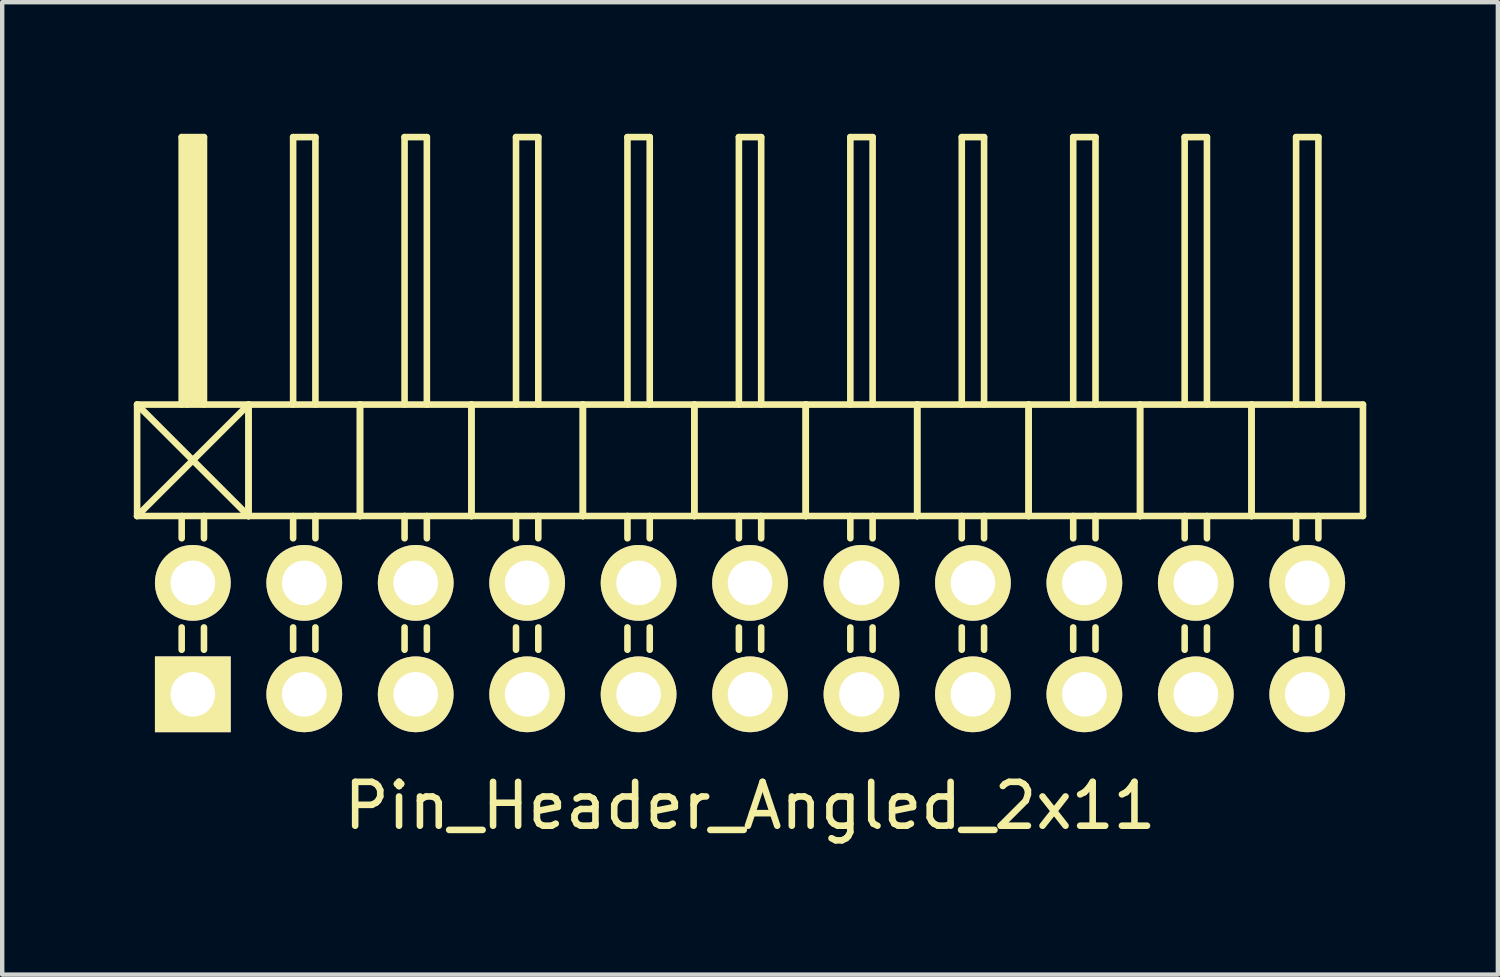
<source format=kicad_pcb>
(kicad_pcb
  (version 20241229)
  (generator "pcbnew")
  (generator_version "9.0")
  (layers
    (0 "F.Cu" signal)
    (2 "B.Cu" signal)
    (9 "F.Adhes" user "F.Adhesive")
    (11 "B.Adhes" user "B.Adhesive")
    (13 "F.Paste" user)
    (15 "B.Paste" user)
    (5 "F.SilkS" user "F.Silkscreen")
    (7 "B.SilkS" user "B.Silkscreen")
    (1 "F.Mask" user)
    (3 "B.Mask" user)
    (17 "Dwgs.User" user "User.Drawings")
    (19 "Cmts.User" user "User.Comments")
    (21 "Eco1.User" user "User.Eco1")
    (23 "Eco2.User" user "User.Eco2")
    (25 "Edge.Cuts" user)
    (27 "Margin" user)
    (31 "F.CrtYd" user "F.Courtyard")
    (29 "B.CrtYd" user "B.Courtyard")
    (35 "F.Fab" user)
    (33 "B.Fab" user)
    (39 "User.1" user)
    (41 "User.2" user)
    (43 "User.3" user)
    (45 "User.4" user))
  (footprint "Pin_Header_Angled_2x11"
    (layer "F.Cu")
    (at 14.045 11.505)
    (property "Reference" "Pin_Header_Angled_2x11" (at 0 3.81 0) (layer "F.SilkS") (effects (font (size 1 1) (thickness 0.15))))
    (attr through_hole)
    (fp_line (start -13.97 -5.334) (end -11.43 -2.794) (stroke (width 0.15) (type solid)) (layer "F.SilkS"))
    (fp_line (start -13.97 -2.794) (end -13.97 -5.334) (stroke (width 0.15) (type solid)) (layer "F.SilkS"))
    (fp_line (start -13.97 -2.794) (end -11.43 -5.334) (stroke (width 0.15) (type solid)) (layer "F.SilkS"))
    (fp_line (start -13.97 -2.794) (end -11.43 -2.794) (stroke (width 0.15) (type solid)) (layer "F.SilkS"))
    (fp_line (start -12.954 -11.43) (end -12.446 -11.43) (stroke (width 0.15) (type solid)) (layer "F.SilkS"))
    (fp_line (start -12.954 -5.334) (end -12.954 -11.43) (stroke (width 0.15) (type solid)) (layer "F.SilkS"))
    (fp_line (start -12.954 -2.794) (end -12.954 -2.286) (stroke (width 0.15) (type solid)) (layer "F.SilkS"))
    (fp_line (start -12.954 -0.254) (end -12.954 0.254) (stroke (width 0.15) (type solid)) (layer "F.SilkS"))
    (fp_line (start -12.827 -11.303) (end -12.573 -11.303) (stroke (width 0.15) (type solid)) (layer "F.SilkS"))
    (fp_line (start -12.827 -5.334) (end -12.827 -11.303) (stroke (width 0.15) (type solid)) (layer "F.SilkS"))
    (fp_line (start -12.7 -5.461) (end -12.7 -11.303) (stroke (width 0.15) (type solid)) (layer "F.SilkS"))
    (fp_line (start -12.573 -11.303) (end -12.573 -5.461) (stroke (width 0.15) (type solid)) (layer "F.SilkS"))
    (fp_line (start -12.573 -5.461) (end -12.7 -5.461) (stroke (width 0.15) (type solid)) (layer "F.SilkS"))
    (fp_line (start -12.446 -11.43) (end -12.446 -5.334) (stroke (width 0.15) (type solid)) (layer "F.SilkS"))
    (fp_line (start -12.446 -2.794) (end -12.446 -2.286) (stroke (width 0.15) (type solid)) (layer "F.SilkS"))
    (fp_line (start -12.446 -0.254) (end -12.446 0.254) (stroke (width 0.15) (type solid)) (layer "F.SilkS"))
    (fp_line (start -11.43 -5.334) (end -13.97 -5.334) (stroke (width 0.15) (type solid)) (layer "F.SilkS"))
    (fp_line (start -11.43 -2.794) (end -11.43 -5.334) (stroke (width 0.15) (type solid)) (layer "F.SilkS"))
    (fp_line (start -11.43 -2.794) (end -11.43 -5.334) (stroke (width 0.15) (type solid)) (layer "F.SilkS"))
    (fp_line (start -11.43 -2.794) (end -8.89 -2.794) (stroke (width 0.15) (type solid)) (layer "F.SilkS"))
    (fp_line (start -10.414 -11.43) (end -9.906 -11.43) (stroke (width 0.15) (type solid)) (layer "F.SilkS"))
    (fp_line (start -10.414 -5.334) (end -10.414 -11.43) (stroke (width 0.15) (type solid)) (layer "F.SilkS"))
    (fp_line (start -10.414 -2.794) (end -10.414 -2.286) (stroke (width 0.15) (type solid)) (layer "F.SilkS"))
    (fp_line (start -10.414 -0.254) (end -10.414 0.254) (stroke (width 0.15) (type solid)) (layer "F.SilkS"))
    (fp_line (start -9.906 -11.43) (end -9.906 -5.334) (stroke (width 0.15) (type solid)) (layer "F.SilkS"))
    (fp_line (start -9.906 -2.794) (end -9.906 -2.286) (stroke (width 0.15) (type solid)) (layer "F.SilkS"))
    (fp_line (start -9.906 -0.254) (end -9.906 0.254) (stroke (width 0.15) (type solid)) (layer "F.SilkS"))
    (fp_line (start -8.89 -5.334) (end -11.43 -5.334) (stroke (width 0.15) (type solid)) (layer "F.SilkS"))
    (fp_line (start -8.89 -2.794) (end -8.89 -5.334) (stroke (width 0.15) (type solid)) (layer "F.SilkS"))
    (fp_line (start -8.89 -2.794) (end -8.89 -5.334) (stroke (width 0.15) (type solid)) (layer "F.SilkS"))
    (fp_line (start -8.89 -2.794) (end -6.35 -2.794) (stroke (width 0.15) (type solid)) (layer "F.SilkS"))
    (fp_line (start -7.874 -11.43) (end -7.366 -11.43) (stroke (width 0.15) (type solid)) (layer "F.SilkS"))
    (fp_line (start -7.874 -5.334) (end -7.874 -11.43) (stroke (width 0.15) (type solid)) (layer "F.SilkS"))
    (fp_line (start -7.874 -2.794) (end -7.874 -2.286) (stroke (width 0.15) (type solid)) (layer "F.SilkS"))
    (fp_line (start -7.874 -0.254) (end -7.874 0.254) (stroke (width 0.15) (type solid)) (layer "F.SilkS"))
    (fp_line (start -7.366 -11.43) (end -7.366 -5.334) (stroke (width 0.15) (type solid)) (layer "F.SilkS"))
    (fp_line (start -7.366 -2.794) (end -7.366 -2.286) (stroke (width 0.15) (type solid)) (layer "F.SilkS"))
    (fp_line (start -7.366 -0.254) (end -7.366 0.254) (stroke (width 0.15) (type solid)) (layer "F.SilkS"))
    (fp_line (start -6.35 -5.334) (end -8.89 -5.334) (stroke (width 0.15) (type solid)) (layer "F.SilkS"))
    (fp_line (start -6.35 -2.794) (end -6.35 -5.334) (stroke (width 0.15) (type solid)) (layer "F.SilkS"))
    (fp_line (start -6.35 -2.794) (end -6.35 -5.334) (stroke (width 0.15) (type solid)) (layer "F.SilkS"))
    (fp_line (start -6.35 -2.794) (end -3.81 -2.794) (stroke (width 0.15) (type solid)) (layer "F.SilkS"))
    (fp_line (start -5.334 -11.43) (end -4.826 -11.43) (stroke (width 0.15) (type solid)) (layer "F.SilkS"))
    (fp_line (start -5.334 -5.334) (end -5.334 -11.43) (stroke (width 0.15) (type solid)) (layer "F.SilkS"))
    (fp_line (start -5.334 -2.794) (end -5.334 -2.286) (stroke (width 0.15) (type solid)) (layer "F.SilkS"))
    (fp_line (start -5.334 -0.254) (end -5.334 0.254) (stroke (width 0.15) (type solid)) (layer "F.SilkS"))
    (fp_line (start -4.826 -11.43) (end -4.826 -5.334) (stroke (width 0.15) (type solid)) (layer "F.SilkS"))
    (fp_line (start -4.826 -2.794) (end -4.826 -2.286) (stroke (width 0.15) (type solid)) (layer "F.SilkS"))
    (fp_line (start -4.826 -0.254) (end -4.826 0.254) (stroke (width 0.15) (type solid)) (layer "F.SilkS"))
    (fp_line (start -3.81 -5.334) (end -6.35 -5.334) (stroke (width 0.15) (type solid)) (layer "F.SilkS"))
    (fp_line (start -3.81 -2.794) (end -3.81 -5.334) (stroke (width 0.15) (type solid)) (layer "F.SilkS"))
    (fp_line (start -3.81 -2.794) (end -3.81 -5.334) (stroke (width 0.15) (type solid)) (layer "F.SilkS"))
    (fp_line (start -3.81 -2.794) (end -1.27 -2.794) (stroke (width 0.15) (type solid)) (layer "F.SilkS"))
    (fp_line (start -2.794 -11.43) (end -2.286 -11.43) (stroke (width 0.15) (type solid)) (layer "F.SilkS"))
    (fp_line (start -2.794 -5.334) (end -2.794 -11.43) (stroke (width 0.15) (type solid)) (layer "F.SilkS"))
    (fp_line (start -2.794 -2.794) (end -2.794 -2.286) (stroke (width 0.15) (type solid)) (layer "F.SilkS"))
    (fp_line (start -2.794 -0.254) (end -2.794 0.254) (stroke (width 0.15) (type solid)) (layer "F.SilkS"))
    (fp_line (start -2.286 -11.43) (end -2.286 -5.334) (stroke (width 0.15) (type solid)) (layer "F.SilkS"))
    (fp_line (start -2.286 -2.794) (end -2.286 -2.286) (stroke (width 0.15) (type solid)) (layer "F.SilkS"))
    (fp_line (start -2.286 -0.254) (end -2.286 0.254) (stroke (width 0.15) (type solid)) (layer "F.SilkS"))
    (fp_line (start -1.27 -5.334) (end -3.81 -5.334) (stroke (width 0.15) (type solid)) (layer "F.SilkS"))
    (fp_line (start -1.27 -2.794) (end -1.27 -5.334) (stroke (width 0.15) (type solid)) (layer "F.SilkS"))
    (fp_line (start -1.27 -2.794) (end -1.27 -5.334) (stroke (width 0.15) (type solid)) (layer "F.SilkS"))
    (fp_line (start -1.27 -2.794) (end 1.27 -2.794) (stroke (width 0.15) (type solid)) (layer "F.SilkS"))
    (fp_line (start -0.254 -11.43) (end 0.254 -11.43) (stroke (width 0.15) (type solid)) (layer "F.SilkS"))
    (fp_line (start -0.254 -5.334) (end -0.254 -11.43) (stroke (width 0.15) (type solid)) (layer "F.SilkS"))
    (fp_line (start -0.254 -2.794) (end -0.254 -2.286) (stroke (width 0.15) (type solid)) (layer "F.SilkS"))
    (fp_line (start -0.254 -0.254) (end -0.254 0.254) (stroke (width 0.15) (type solid)) (layer "F.SilkS"))
    (fp_line (start 0.254 -11.43) (end 0.254 -5.334) (stroke (width 0.15) (type solid)) (layer "F.SilkS"))
    (fp_line (start 0.254 -2.794) (end 0.254 -2.286) (stroke (width 0.15) (type solid)) (layer "F.SilkS"))
    (fp_line (start 0.254 -0.254) (end 0.254 0.254) (stroke (width 0.15) (type solid)) (layer "F.SilkS"))
    (fp_line (start 1.27 -5.334) (end -1.27 -5.334) (stroke (width 0.15) (type solid)) (layer "F.SilkS"))
    (fp_line (start 1.27 -2.794) (end 1.27 -5.334) (stroke (width 0.15) (type solid)) (layer "F.SilkS"))
    (fp_line (start 1.27 -2.794) (end 1.27 -5.334) (stroke (width 0.15) (type solid)) (layer "F.SilkS"))
    (fp_line (start 1.27 -2.794) (end 3.81 -2.794) (stroke (width 0.15) (type solid)) (layer "F.SilkS"))
    (fp_line (start 2.286 -11.43) (end 2.794 -11.43) (stroke (width 0.15) (type solid)) (layer "F.SilkS"))
    (fp_line (start 2.286 -5.334) (end 2.286 -11.43) (stroke (width 0.15) (type solid)) (layer "F.SilkS"))
    (fp_line (start 2.286 -2.794) (end 2.286 -2.286) (stroke (width 0.15) (type solid)) (layer "F.SilkS"))
    (fp_line (start 2.286 -0.254) (end 2.286 0.254) (stroke (width 0.15) (type solid)) (layer "F.SilkS"))
    (fp_line (start 2.794 -11.43) (end 2.794 -5.334) (stroke (width 0.15) (type solid)) (layer "F.SilkS"))
    (fp_line (start 2.794 -2.794) (end 2.794 -2.286) (stroke (width 0.15) (type solid)) (layer "F.SilkS"))
    (fp_line (start 2.794 -0.254) (end 2.794 0.254) (stroke (width 0.15) (type solid)) (layer "F.SilkS"))
    (fp_line (start 3.81 -5.334) (end 1.27 -5.334) (stroke (width 0.15) (type solid)) (layer "F.SilkS"))
    (fp_line (start 3.81 -2.794) (end 3.81 -5.334) (stroke (width 0.15) (type solid)) (layer "F.SilkS"))
    (fp_line (start 3.81 -2.794) (end 3.81 -5.334) (stroke (width 0.15) (type solid)) (layer "F.SilkS"))
    (fp_line (start 3.81 -2.794) (end 6.35 -2.794) (stroke (width 0.15) (type solid)) (layer "F.SilkS"))
    (fp_line (start 4.826 -11.43) (end 5.334 -11.43) (stroke (width 0.15) (type solid)) (layer "F.SilkS"))
    (fp_line (start 4.826 -5.334) (end 4.826 -11.43) (stroke (width 0.15) (type solid)) (layer "F.SilkS"))
    (fp_line (start 4.826 -2.794) (end 4.826 -2.286) (stroke (width 0.15) (type solid)) (layer "F.SilkS"))
    (fp_line (start 4.826 -0.254) (end 4.826 0.254) (stroke (width 0.15) (type solid)) (layer "F.SilkS"))
    (fp_line (start 5.334 -11.43) (end 5.334 -5.334) (stroke (width 0.15) (type solid)) (layer "F.SilkS"))
    (fp_line (start 5.334 -2.794) (end 5.334 -2.286) (stroke (width 0.15) (type solid)) (layer "F.SilkS"))
    (fp_line (start 5.334 -0.254) (end 5.334 0.254) (stroke (width 0.15) (type solid)) (layer "F.SilkS"))
    (fp_line (start 6.35 -5.334) (end 3.81 -5.334) (stroke (width 0.15) (type solid)) (layer "F.SilkS"))
    (fp_line (start 6.35 -2.794) (end 6.35 -5.334) (stroke (width 0.15) (type solid)) (layer "F.SilkS"))
    (fp_line (start 6.35 -2.794) (end 6.35 -5.334) (stroke (width 0.15) (type solid)) (layer "F.SilkS"))
    (fp_line (start 6.35 -2.794) (end 8.89 -2.794) (stroke (width 0.15) (type solid)) (layer "F.SilkS"))
    (fp_line (start 7.366 -11.43) (end 7.874 -11.43) (stroke (width 0.15) (type solid)) (layer "F.SilkS"))
    (fp_line (start 7.366 -5.334) (end 7.366 -11.43) (stroke (width 0.15) (type solid)) (layer "F.SilkS"))
    (fp_line (start 7.366 -2.794) (end 7.366 -2.286) (stroke (width 0.15) (type solid)) (layer "F.SilkS"))
    (fp_line (start 7.366 -0.254) (end 7.366 0.254) (stroke (width 0.15) (type solid)) (layer "F.SilkS"))
    (fp_line (start 7.874 -11.43) (end 7.874 -5.334) (stroke (width 0.15) (type solid)) (layer "F.SilkS"))
    (fp_line (start 7.874 -2.794) (end 7.874 -2.286) (stroke (width 0.15) (type solid)) (layer "F.SilkS"))
    (fp_line (start 7.874 -0.254) (end 7.874 0.254) (stroke (width 0.15) (type solid)) (layer "F.SilkS"))
    (fp_line (start 8.89 -5.334) (end 6.35 -5.334) (stroke (width 0.15) (type solid)) (layer "F.SilkS"))
    (fp_line (start 8.89 -2.794) (end 8.89 -5.334) (stroke (width 0.15) (type solid)) (layer "F.SilkS"))
    (fp_line (start 8.89 -2.794) (end 8.89 -5.334) (stroke (width 0.15) (type solid)) (layer "F.SilkS"))
    (fp_line (start 8.89 -2.794) (end 11.43 -2.794) (stroke (width 0.15) (type solid)) (layer "F.SilkS"))
    (fp_line (start 9.906 -11.43) (end 10.414 -11.43) (stroke (width 0.15) (type solid)) (layer "F.SilkS"))
    (fp_line (start 9.906 -5.334) (end 9.906 -11.43) (stroke (width 0.15) (type solid)) (layer "F.SilkS"))
    (fp_line (start 9.906 -2.794) (end 9.906 -2.286) (stroke (width 0.15) (type solid)) (layer "F.SilkS"))
    (fp_line (start 9.906 -0.254) (end 9.906 0.254) (stroke (width 0.15) (type solid)) (layer "F.SilkS"))
    (fp_line (start 10.414 -11.43) (end 10.414 -5.334) (stroke (width 0.15) (type solid)) (layer "F.SilkS"))
    (fp_line (start 10.414 -2.794) (end 10.414 -2.286) (stroke (width 0.15) (type solid)) (layer "F.SilkS"))
    (fp_line (start 10.414 -0.254) (end 10.414 0.254) (stroke (width 0.15) (type solid)) (layer "F.SilkS"))
    (fp_line (start 11.43 -5.334) (end 8.89 -5.334) (stroke (width 0.15) (type solid)) (layer "F.SilkS"))
    (fp_line (start 11.43 -2.794) (end 11.43 -5.334) (stroke (width 0.15) (type solid)) (layer "F.SilkS"))
    (fp_line (start 11.43 -2.794) (end 11.43 -5.334) (stroke (width 0.15) (type solid)) (layer "F.SilkS"))
    (fp_line (start 11.43 -2.794) (end 13.97 -2.794) (stroke (width 0.15) (type solid)) (layer "F.SilkS"))
    (fp_line (start 12.446 -11.43) (end 12.954 -11.43) (stroke (width 0.15) (type solid)) (layer "F.SilkS"))
    (fp_line (start 12.446 -5.334) (end 12.446 -11.43) (stroke (width 0.15) (type solid)) (layer "F.SilkS"))
    (fp_line (start 12.446 -2.794) (end 12.446 -2.286) (stroke (width 0.15) (type solid)) (layer "F.SilkS"))
    (fp_line (start 12.446 -0.254) (end 12.446 0.254) (stroke (width 0.15) (type solid)) (layer "F.SilkS"))
    (fp_line (start 12.954 -11.43) (end 12.954 -5.334) (stroke (width 0.15) (type solid)) (layer "F.SilkS"))
    (fp_line (start 12.954 -2.794) (end 12.954 -2.286) (stroke (width 0.15) (type solid)) (layer "F.SilkS"))
    (fp_line (start 12.954 -0.254) (end 12.954 0.254) (stroke (width 0.15) (type solid)) (layer "F.SilkS"))
    (fp_line (start 13.97 -5.334) (end 11.43 -5.334) (stroke (width 0.15) (type solid)) (layer "F.SilkS"))
    (fp_line (start 13.97 -2.794) (end 13.97 -5.334) (stroke (width 0.15) (type solid)) (layer "F.SilkS"))
    (pad "1" thru_hole rect (at -12.7 1.27) (size 1.727 1.727) (drill 1.016) (layers "*.Cu" "*.Mask" "F.SilkS"))
    (pad "2" thru_hole oval (at -12.7 -1.27) (size 1.727 1.727) (drill 1.016) (layers "*.Cu" "*.Mask" "F.SilkS"))
    (pad "3" thru_hole oval (at -10.16 1.27) (size 1.727 1.727) (drill 1.016) (layers "*.Cu" "*.Mask" "F.SilkS"))
    (pad "4" thru_hole oval (at -10.16 -1.27) (size 1.727 1.727) (drill 1.016) (layers "*.Cu" "*.Mask" "F.SilkS"))
    (pad "5" thru_hole oval (at -7.62 1.27) (size 1.727 1.727) (drill 1.016) (layers "*.Cu" "*.Mask" "F.SilkS"))
    (pad "6" thru_hole oval (at -7.62 -1.27) (size 1.727 1.727) (drill 1.016) (layers "*.Cu" "*.Mask" "F.SilkS"))
    (pad "7" thru_hole oval (at -5.08 1.27) (size 1.727 1.727) (drill 1.016) (layers "*.Cu" "*.Mask" "F.SilkS"))
    (pad "8" thru_hole oval (at -5.08 -1.27) (size 1.727 1.727) (drill 1.016) (layers "*.Cu" "*.Mask" "F.SilkS"))
    (pad "9" thru_hole oval (at -2.54 1.27) (size 1.727 1.727) (drill 1.016) (layers "*.Cu" "*.Mask" "F.SilkS"))
    (pad "10" thru_hole oval (at -2.54 -1.27) (size 1.727 1.727) (drill 1.016) (layers "*.Cu" "*.Mask" "F.SilkS"))
    (pad "11" thru_hole oval (at 0 1.27) (size 1.727 1.727) (drill 1.016) (layers "*.Cu" "*.Mask" "F.SilkS"))
    (pad "12" thru_hole oval (at 0 -1.27) (size 1.727 1.727) (drill 1.016) (layers "*.Cu" "*.Mask" "F.SilkS"))
    (pad "13" thru_hole oval (at 2.54 1.27) (size 1.727 1.727) (drill 1.016) (layers "*.Cu" "*.Mask" "F.SilkS"))
    (pad "14" thru_hole oval (at 2.54 -1.27) (size 1.727 1.727) (drill 1.016) (layers "*.Cu" "*.Mask" "F.SilkS"))
    (pad "15" thru_hole oval (at 5.08 1.27) (size 1.727 1.727) (drill 1.016) (layers "*.Cu" "*.Mask" "F.SilkS"))
    (pad "16" thru_hole oval (at 5.08 -1.27) (size 1.727 1.727) (drill 1.016) (layers "*.Cu" "*.Mask" "F.SilkS"))
    (pad "17" thru_hole oval (at 7.62 1.27) (size 1.727 1.727) (drill 1.016) (layers "*.Cu" "*.Mask" "F.SilkS"))
    (pad "18" thru_hole oval (at 7.62 -1.27) (size 1.727 1.727) (drill 1.016) (layers "*.Cu" "*.Mask" "F.SilkS"))
    (pad "19" thru_hole oval (at 10.16 1.27) (size 1.727 1.727) (drill 1.016) (layers "*.Cu" "*.Mask" "F.SilkS"))
    (pad "20" thru_hole oval (at 10.16 -1.27) (size 1.727 1.727) (drill 1.016) (layers "*.Cu" "*.Mask" "F.SilkS"))
    (pad "21" thru_hole oval (at 12.7 1.27) (size 1.727 1.727) (drill 1.016) (layers "*.Cu" "*.Mask" "F.SilkS"))
    (pad "22" thru_hole oval (at 12.7 -1.27) (size 1.727 1.727) (drill 1.016) (layers "*.Cu" "*.Mask" "F.SilkS")))
  (gr_rect
    (start -3 -3)
    (end 31.09 19.163)
    (stroke (width 0.1) (type default))
    (fill no)
    (layer "Edge.Cuts")))
</source>
